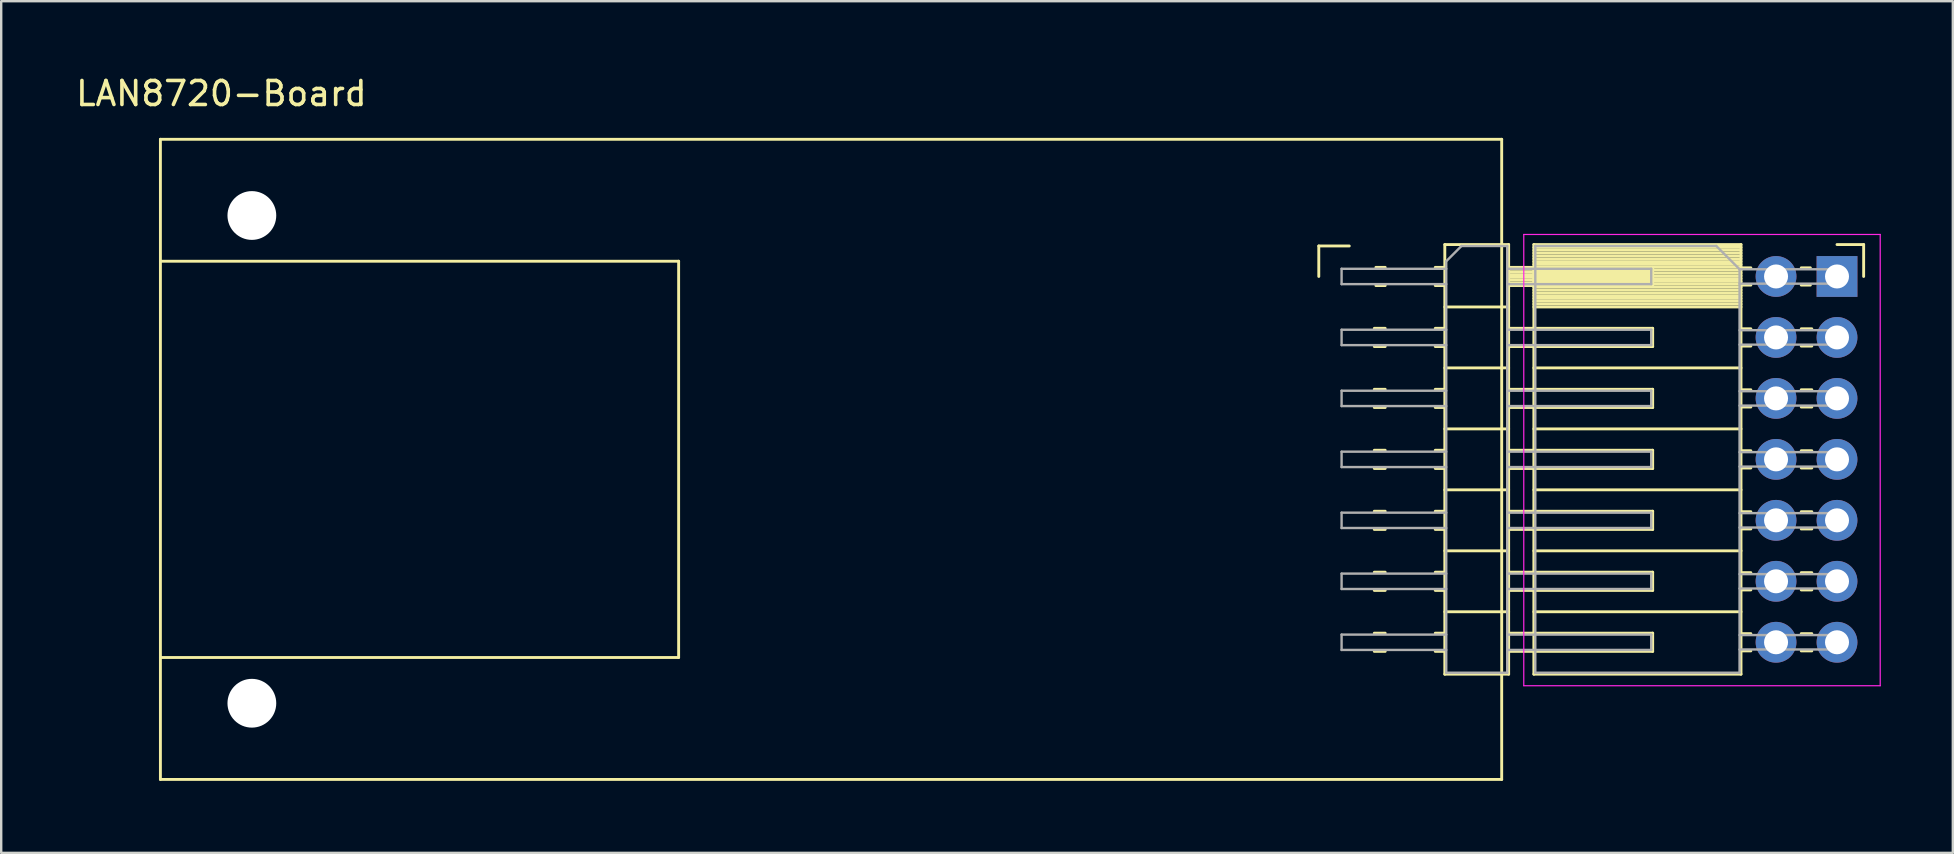
<source format=kicad_pcb>
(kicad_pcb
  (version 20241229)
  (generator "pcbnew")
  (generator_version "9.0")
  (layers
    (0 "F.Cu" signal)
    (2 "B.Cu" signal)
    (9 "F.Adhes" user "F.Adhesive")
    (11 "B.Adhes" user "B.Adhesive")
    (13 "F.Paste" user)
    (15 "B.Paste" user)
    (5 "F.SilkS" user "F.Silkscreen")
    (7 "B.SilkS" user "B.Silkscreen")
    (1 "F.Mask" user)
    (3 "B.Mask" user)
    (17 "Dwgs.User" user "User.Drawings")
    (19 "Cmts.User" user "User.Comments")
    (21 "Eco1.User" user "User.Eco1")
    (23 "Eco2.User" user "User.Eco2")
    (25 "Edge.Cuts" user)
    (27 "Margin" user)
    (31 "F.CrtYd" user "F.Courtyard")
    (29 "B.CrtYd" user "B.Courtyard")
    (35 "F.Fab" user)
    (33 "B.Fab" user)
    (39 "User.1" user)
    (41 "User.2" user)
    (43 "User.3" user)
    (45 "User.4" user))
  (footprint "LAN8720-Board"
    (layer "F.Cu")
    (at 39.828 16.088)
    (property "Reference" "LAN8720-Board" (at -33.655 -15.24 0) (layer "F.SilkS") (effects (font (size 1 1) (thickness 0.15))))
    (attr through_hole)
    (fp_line (start -36.195 -8.255) (end -14.605 -8.255) (stroke (width 0.12) (type solid)) (layer "F.SilkS"))
    (fp_line (start -36.195 8.255) (end -14.605 8.255) (stroke (width 0.12) (type solid)) (layer "F.SilkS"))
    (fp_line (start -36.195 13.335) (end -36.195 -13.335) (stroke (width 0.12) (type solid)) (layer "F.SilkS"))
    (fp_line (start -14.605 -8.255) (end -14.605 8.255) (stroke (width 0.12) (type solid)) (layer "F.SilkS"))
    (fp_line (start 12.065 -8.89) (end 13.335 -8.89) (stroke (width 0.12) (type solid)) (layer "F.SilkS"))
    (fp_line (start 12.065 -7.62) (end 12.065 -8.89) (stroke (width 0.12) (type solid)) (layer "F.SilkS"))
    (fp_line (start 14.378 -5.46) (end 14.832 -5.46) (stroke (width 0.12) (type solid)) (layer "F.SilkS"))
    (fp_line (start 14.378 -4.7) (end 14.832 -4.7) (stroke (width 0.12) (type solid)) (layer "F.SilkS"))
    (fp_line (start 14.378 -2.92) (end 14.832 -2.92) (stroke (width 0.12) (type solid)) (layer "F.SilkS"))
    (fp_line (start 14.378 -2.16) (end 14.832 -2.16) (stroke (width 0.12) (type solid)) (layer "F.SilkS"))
    (fp_line (start 14.378 -0.38) (end 14.832 -0.38) (stroke (width 0.12) (type solid)) (layer "F.SilkS"))
    (fp_line (start 14.378 0.38) (end 14.832 0.38) (stroke (width 0.12) (type solid)) (layer "F.SilkS"))
    (fp_line (start 14.378 2.16) (end 14.832 2.16) (stroke (width 0.12) (type solid)) (layer "F.SilkS"))
    (fp_line (start 14.378 2.92) (end 14.832 2.92) (stroke (width 0.12) (type solid)) (layer "F.SilkS"))
    (fp_line (start 14.378 4.7) (end 14.832 4.7) (stroke (width 0.12) (type solid)) (layer "F.SilkS"))
    (fp_line (start 14.378 5.46) (end 14.832 5.46) (stroke (width 0.12) (type solid)) (layer "F.SilkS"))
    (fp_line (start 14.378 7.24) (end 14.832 7.24) (stroke (width 0.12) (type solid)) (layer "F.SilkS"))
    (fp_line (start 14.378 8) (end 14.832 8) (stroke (width 0.12) (type solid)) (layer "F.SilkS"))
    (fp_line (start 14.445 -8) (end 14.832 -8) (stroke (width 0.12) (type solid)) (layer "F.SilkS"))
    (fp_line (start 14.445 -7.24) (end 14.832 -7.24) (stroke (width 0.12) (type solid)) (layer "F.SilkS"))
    (fp_line (start 16.918 -8) (end 17.315 -8) (stroke (width 0.12) (type solid)) (layer "F.SilkS"))
    (fp_line (start 16.918 -7.24) (end 17.315 -7.24) (stroke (width 0.12) (type solid)) (layer "F.SilkS"))
    (fp_line (start 16.918 -5.46) (end 17.315 -5.46) (stroke (width 0.12) (type solid)) (layer "F.SilkS"))
    (fp_line (start 16.918 -4.7) (end 17.315 -4.7) (stroke (width 0.12) (type solid)) (layer "F.SilkS"))
    (fp_line (start 16.918 -2.92) (end 17.315 -2.92) (stroke (width 0.12) (type solid)) (layer "F.SilkS"))
    (fp_line (start 16.918 -2.16) (end 17.315 -2.16) (stroke (width 0.12) (type solid)) (layer "F.SilkS"))
    (fp_line (start 16.918 -0.38) (end 17.315 -0.38) (stroke (width 0.12) (type solid)) (layer "F.SilkS"))
    (fp_line (start 16.918 0.38) (end 17.315 0.38) (stroke (width 0.12) (type solid)) (layer "F.SilkS"))
    (fp_line (start 16.918 2.16) (end 17.315 2.16) (stroke (width 0.12) (type solid)) (layer "F.SilkS"))
    (fp_line (start 16.918 2.92) (end 17.315 2.92) (stroke (width 0.12) (type solid)) (layer "F.SilkS"))
    (fp_line (start 16.918 4.7) (end 17.315 4.7) (stroke (width 0.12) (type solid)) (layer "F.SilkS"))
    (fp_line (start 16.918 5.46) (end 17.315 5.46) (stroke (width 0.12) (type solid)) (layer "F.SilkS"))
    (fp_line (start 16.918 7.24) (end 17.315 7.24) (stroke (width 0.12) (type solid)) (layer "F.SilkS"))
    (fp_line (start 16.918 8) (end 17.315 8) (stroke (width 0.12) (type solid)) (layer "F.SilkS"))
    (fp_line (start 17.315 -8.95) (end 17.315 8.95) (stroke (width 0.12) (type solid)) (layer "F.SilkS"))
    (fp_line (start 17.315 -6.35) (end 19.975 -6.35) (stroke (width 0.12) (type solid)) (layer "F.SilkS"))
    (fp_line (start 17.315 -3.81) (end 19.975 -3.81) (stroke (width 0.12) (type solid)) (layer "F.SilkS"))
    (fp_line (start 17.315 -1.27) (end 19.975 -1.27) (stroke (width 0.12) (type solid)) (layer "F.SilkS"))
    (fp_line (start 17.315 1.27) (end 19.975 1.27) (stroke (width 0.12) (type solid)) (layer "F.SilkS"))
    (fp_line (start 17.315 3.81) (end 19.975 3.81) (stroke (width 0.12) (type solid)) (layer "F.SilkS"))
    (fp_line (start 17.315 6.35) (end 19.975 6.35) (stroke (width 0.12) (type solid)) (layer "F.SilkS"))
    (fp_line (start 17.315 8.95) (end 19.975 8.95) (stroke (width 0.12) (type solid)) (layer "F.SilkS"))
    (fp_line (start 19.685 -13.335) (end -36.195 -13.335) (stroke (width 0.12) (type solid)) (layer "F.SilkS"))
    (fp_line (start 19.685 13.335) (end -36.195 13.335) (stroke (width 0.12) (type solid)) (layer "F.SilkS"))
    (fp_line (start 19.685 13.335) (end 19.685 -13.335) (stroke (width 0.12) (type solid)) (layer "F.SilkS"))
    (fp_line (start 19.975 -8.95) (end 17.315 -8.95) (stroke (width 0.12) (type solid)) (layer "F.SilkS"))
    (fp_line (start 19.975 -8) (end 25.975 -8) (stroke (width 0.12) (type solid)) (layer "F.SilkS"))
    (fp_line (start 19.975 -7.94) (end 25.975 -7.94) (stroke (width 0.12) (type solid)) (layer "F.SilkS"))
    (fp_line (start 19.975 -7.82) (end 25.975 -7.82) (stroke (width 0.12) (type solid)) (layer "F.SilkS"))
    (fp_line (start 19.975 -7.7) (end 25.975 -7.7) (stroke (width 0.12) (type solid)) (layer "F.SilkS"))
    (fp_line (start 19.975 -7.58) (end 25.975 -7.58) (stroke (width 0.12) (type solid)) (layer "F.SilkS"))
    (fp_line (start 19.975 -7.46) (end 25.975 -7.46) (stroke (width 0.12) (type solid)) (layer "F.SilkS"))
    (fp_line (start 19.975 -7.34) (end 25.975 -7.34) (stroke (width 0.12) (type solid)) (layer "F.SilkS"))
    (fp_line (start 19.975 -5.46) (end 25.975 -5.46) (stroke (width 0.12) (type solid)) (layer "F.SilkS"))
    (fp_line (start 19.975 -2.92) (end 25.975 -2.92) (stroke (width 0.12) (type solid)) (layer "F.SilkS"))
    (fp_line (start 19.975 -0.38) (end 25.975 -0.38) (stroke (width 0.12) (type solid)) (layer "F.SilkS"))
    (fp_line (start 19.975 2.16) (end 25.975 2.16) (stroke (width 0.12) (type solid)) (layer "F.SilkS"))
    (fp_line (start 19.975 4.7) (end 25.975 4.7) (stroke (width 0.12) (type solid)) (layer "F.SilkS"))
    (fp_line (start 19.975 7.24) (end 25.975 7.24) (stroke (width 0.12) (type solid)) (layer "F.SilkS"))
    (fp_line (start 19.975 8.95) (end 19.975 -8.95) (stroke (width 0.12) (type solid)) (layer "F.SilkS"))
    (fp_line (start 21.025 -8.95) (end 21.025 8.95) (stroke (width 0.12) (type solid)) (layer "F.SilkS"))
    (fp_line (start 21.025 -8.95) (end 29.655 -8.95) (stroke (width 0.12) (type solid)) (layer "F.SilkS"))
    (fp_line (start 21.025 -8.83) (end 29.655 -8.83) (stroke (width 0.12) (type solid)) (layer "F.SilkS"))
    (fp_line (start 21.025 -8.712) (end 29.655 -8.712) (stroke (width 0.12) (type solid)) (layer "F.SilkS"))
    (fp_line (start 21.025 -8.594) (end 29.655 -8.594) (stroke (width 0.12) (type solid)) (layer "F.SilkS"))
    (fp_line (start 21.025 -8.476) (end 29.655 -8.476) (stroke (width 0.12) (type solid)) (layer "F.SilkS"))
    (fp_line (start 21.025 -8.358) (end 29.655 -8.358) (stroke (width 0.12) (type solid)) (layer "F.SilkS"))
    (fp_line (start 21.025 -8.24) (end 29.655 -8.24) (stroke (width 0.12) (type solid)) (layer "F.SilkS"))
    (fp_line (start 21.025 -8.121) (end 29.655 -8.121) (stroke (width 0.12) (type solid)) (layer "F.SilkS"))
    (fp_line (start 21.025 -8.003) (end 29.655 -8.003) (stroke (width 0.12) (type solid)) (layer "F.SilkS"))
    (fp_line (start 21.025 -7.885) (end 29.655 -7.885) (stroke (width 0.12) (type solid)) (layer "F.SilkS"))
    (fp_line (start 21.025 -7.767) (end 29.655 -7.767) (stroke (width 0.12) (type solid)) (layer "F.SilkS"))
    (fp_line (start 21.025 -7.649) (end 29.655 -7.649) (stroke (width 0.12) (type solid)) (layer "F.SilkS"))
    (fp_line (start 21.025 -7.531) (end 29.655 -7.531) (stroke (width 0.12) (type solid)) (layer "F.SilkS"))
    (fp_line (start 21.025 -7.413) (end 29.655 -7.413) (stroke (width 0.12) (type solid)) (layer "F.SilkS"))
    (fp_line (start 21.025 -7.295) (end 29.655 -7.295) (stroke (width 0.12) (type solid)) (layer "F.SilkS"))
    (fp_line (start 21.025 -7.177) (end 29.655 -7.177) (stroke (width 0.12) (type solid)) (layer "F.SilkS"))
    (fp_line (start 21.025 -7.059) (end 29.655 -7.059) (stroke (width 0.12) (type solid)) (layer "F.SilkS"))
    (fp_line (start 21.025 -6.94) (end 29.655 -6.94) (stroke (width 0.12) (type solid)) (layer "F.SilkS"))
    (fp_line (start 21.025 -6.822) (end 29.655 -6.822) (stroke (width 0.12) (type solid)) (layer "F.SilkS"))
    (fp_line (start 21.025 -6.704) (end 29.655 -6.704) (stroke (width 0.12) (type solid)) (layer "F.SilkS"))
    (fp_line (start 21.025 -6.586) (end 29.655 -6.586) (stroke (width 0.12) (type solid)) (layer "F.SilkS"))
    (fp_line (start 21.025 -6.468) (end 29.655 -6.468) (stroke (width 0.12) (type solid)) (layer "F.SilkS"))
    (fp_line (start 21.025 -6.35) (end 29.655 -6.35) (stroke (width 0.12) (type solid)) (layer "F.SilkS"))
    (fp_line (start 21.025 -3.81) (end 29.655 -3.81) (stroke (width 0.12) (type solid)) (layer "F.SilkS"))
    (fp_line (start 21.025 -1.27) (end 29.655 -1.27) (stroke (width 0.12) (type solid)) (layer "F.SilkS"))
    (fp_line (start 21.025 1.27) (end 29.655 1.27) (stroke (width 0.12) (type solid)) (layer "F.SilkS"))
    (fp_line (start 21.025 3.81) (end 29.655 3.81) (stroke (width 0.12) (type solid)) (layer "F.SilkS"))
    (fp_line (start 21.025 6.35) (end 29.655 6.35) (stroke (width 0.12) (type solid)) (layer "F.SilkS"))
    (fp_line (start 21.025 8.95) (end 29.655 8.95) (stroke (width 0.12) (type solid)) (layer "F.SilkS"))
    (fp_line (start 25.975 -8) (end 25.975 -7.24) (stroke (width 0.12) (type solid)) (layer "F.SilkS"))
    (fp_line (start 25.975 -7.24) (end 19.975 -7.24) (stroke (width 0.12) (type solid)) (layer "F.SilkS"))
    (fp_line (start 25.975 -5.46) (end 25.975 -4.7) (stroke (width 0.12) (type solid)) (layer "F.SilkS"))
    (fp_line (start 25.975 -4.7) (end 19.975 -4.7) (stroke (width 0.12) (type solid)) (layer "F.SilkS"))
    (fp_line (start 25.975 -2.92) (end 25.975 -2.16) (stroke (width 0.12) (type solid)) (layer "F.SilkS"))
    (fp_line (start 25.975 -2.16) (end 19.975 -2.16) (stroke (width 0.12) (type solid)) (layer "F.SilkS"))
    (fp_line (start 25.975 -0.38) (end 25.975 0.38) (stroke (width 0.12) (type solid)) (layer "F.SilkS"))
    (fp_line (start 25.975 0.38) (end 19.975 0.38) (stroke (width 0.12) (type solid)) (layer "F.SilkS"))
    (fp_line (start 25.975 2.16) (end 25.975 2.92) (stroke (width 0.12) (type solid)) (layer "F.SilkS"))
    (fp_line (start 25.975 2.92) (end 19.975 2.92) (stroke (width 0.12) (type solid)) (layer "F.SilkS"))
    (fp_line (start 25.975 4.7) (end 25.975 5.46) (stroke (width 0.12) (type solid)) (layer "F.SilkS"))
    (fp_line (start 25.975 5.46) (end 19.975 5.46) (stroke (width 0.12) (type solid)) (layer "F.SilkS"))
    (fp_line (start 25.975 7.24) (end 25.975 8) (stroke (width 0.12) (type solid)) (layer "F.SilkS"))
    (fp_line (start 25.975 8) (end 19.975 8) (stroke (width 0.12) (type solid)) (layer "F.SilkS"))
    (fp_line (start 29.655 -8.95) (end 29.655 8.95) (stroke (width 0.12) (type solid)) (layer "F.SilkS"))
    (fp_line (start 29.655 -7.98) (end 30.065 -7.98) (stroke (width 0.12) (type solid)) (layer "F.SilkS"))
    (fp_line (start 29.655 -7.26) (end 30.065 -7.26) (stroke (width 0.12) (type solid)) (layer "F.SilkS"))
    (fp_line (start 29.655 -5.44) (end 30.065 -5.44) (stroke (width 0.12) (type solid)) (layer "F.SilkS"))
    (fp_line (start 29.655 -4.72) (end 30.065 -4.72) (stroke (width 0.12) (type solid)) (layer "F.SilkS"))
    (fp_line (start 29.655 -2.9) (end 30.065 -2.9) (stroke (width 0.12) (type solid)) (layer "F.SilkS"))
    (fp_line (start 29.655 -2.18) (end 30.065 -2.18) (stroke (width 0.12) (type solid)) (layer "F.SilkS"))
    (fp_line (start 29.655 -0.36) (end 30.065 -0.36) (stroke (width 0.12) (type solid)) (layer "F.SilkS"))
    (fp_line (start 29.655 0.36) (end 30.065 0.36) (stroke (width 0.12) (type solid)) (layer "F.SilkS"))
    (fp_line (start 29.655 2.18) (end 30.065 2.18) (stroke (width 0.12) (type solid)) (layer "F.SilkS"))
    (fp_line (start 29.655 2.9) (end 30.065 2.9) (stroke (width 0.12) (type solid)) (layer "F.SilkS"))
    (fp_line (start 29.655 4.72) (end 30.065 4.72) (stroke (width 0.12) (type solid)) (layer "F.SilkS"))
    (fp_line (start 29.655 5.44) (end 30.065 5.44) (stroke (width 0.12) (type solid)) (layer "F.SilkS"))
    (fp_line (start 29.655 7.26) (end 30.065 7.26) (stroke (width 0.12) (type solid)) (layer "F.SilkS"))
    (fp_line (start 29.655 7.98) (end 30.065 7.98) (stroke (width 0.12) (type solid)) (layer "F.SilkS"))
    (fp_line (start 32.165 -7.98) (end 32.545 -7.98) (stroke (width 0.12) (type solid)) (layer "F.SilkS"))
    (fp_line (start 32.165 -7.26) (end 32.545 -7.26) (stroke (width 0.12) (type solid)) (layer "F.SilkS"))
    (fp_line (start 32.165 -5.44) (end 32.605 -5.44) (stroke (width 0.12) (type solid)) (layer "F.SilkS"))
    (fp_line (start 32.165 -4.72) (end 32.605 -4.72) (stroke (width 0.12) (type solid)) (layer "F.SilkS"))
    (fp_line (start 32.165 -2.9) (end 32.605 -2.9) (stroke (width 0.12) (type solid)) (layer "F.SilkS"))
    (fp_line (start 32.165 -2.18) (end 32.605 -2.18) (stroke (width 0.12) (type solid)) (layer "F.SilkS"))
    (fp_line (start 32.165 -0.36) (end 32.605 -0.36) (stroke (width 0.12) (type solid)) (layer "F.SilkS"))
    (fp_line (start 32.165 0.36) (end 32.605 0.36) (stroke (width 0.12) (type solid)) (layer "F.SilkS"))
    (fp_line (start 32.165 2.18) (end 32.605 2.18) (stroke (width 0.12) (type solid)) (layer "F.SilkS"))
    (fp_line (start 32.165 2.9) (end 32.605 2.9) (stroke (width 0.12) (type solid)) (layer "F.SilkS"))
    (fp_line (start 32.165 4.72) (end 32.605 4.72) (stroke (width 0.12) (type solid)) (layer "F.SilkS"))
    (fp_line (start 32.165 5.44) (end 32.605 5.44) (stroke (width 0.12) (type solid)) (layer "F.SilkS"))
    (fp_line (start 32.165 7.26) (end 32.605 7.26) (stroke (width 0.12) (type solid)) (layer "F.SilkS"))
    (fp_line (start 32.165 7.98) (end 32.605 7.98) (stroke (width 0.12) (type solid)) (layer "F.SilkS"))
    (fp_line (start 33.655 -8.95) (end 34.765 -8.95) (stroke (width 0.12) (type solid)) (layer "F.SilkS"))
    (fp_line (start 34.765 -8.95) (end 34.765 -7.62) (stroke (width 0.12) (type solid)) (layer "F.SilkS"))
    (fp_line (start 20.605 -9.37) (end 20.605 9.43) (stroke (width 0.05) (type solid)) (layer "F.CrtYd"))
    (fp_line (start 20.605 9.43) (end 35.455 9.43) (stroke (width 0.05) (type solid)) (layer "F.CrtYd"))
    (fp_line (start 35.455 -9.37) (end 20.605 -9.37) (stroke (width 0.05) (type solid)) (layer "F.CrtYd"))
    (fp_line (start 35.455 9.43) (end 35.455 -9.37) (stroke (width 0.05) (type solid)) (layer "F.CrtYd"))
    (fp_line (start 13.015 -7.94) (end 13.015 -7.3) (stroke (width 0.1) (type solid)) (layer "F.Fab"))
    (fp_line (start 13.015 -7.94) (end 17.375 -7.94) (stroke (width 0.1) (type solid)) (layer "F.Fab"))
    (fp_line (start 13.015 -7.3) (end 17.375 -7.3) (stroke (width 0.1) (type solid)) (layer "F.Fab"))
    (fp_line (start 13.015 -5.4) (end 13.015 -4.76) (stroke (width 0.1) (type solid)) (layer "F.Fab"))
    (fp_line (start 13.015 -5.4) (end 17.375 -5.4) (stroke (width 0.1) (type solid)) (layer "F.Fab"))
    (fp_line (start 13.015 -4.76) (end 17.375 -4.76) (stroke (width 0.1) (type solid)) (layer "F.Fab"))
    (fp_line (start 13.015 -2.86) (end 13.015 -2.22) (stroke (width 0.1) (type solid)) (layer "F.Fab"))
    (fp_line (start 13.015 -2.86) (end 17.375 -2.86) (stroke (width 0.1) (type solid)) (layer "F.Fab"))
    (fp_line (start 13.015 -2.22) (end 17.375 -2.22) (stroke (width 0.1) (type solid)) (layer "F.Fab"))
    (fp_line (start 13.015 -0.32) (end 13.015 0.32) (stroke (width 0.1) (type solid)) (layer "F.Fab"))
    (fp_line (start 13.015 -0.32) (end 17.375 -0.32) (stroke (width 0.1) (type solid)) (layer "F.Fab"))
    (fp_line (start 13.015 0.32) (end 17.375 0.32) (stroke (width 0.1) (type solid)) (layer "F.Fab"))
    (fp_line (start 13.015 2.22) (end 13.015 2.86) (stroke (width 0.1) (type solid)) (layer "F.Fab"))
    (fp_line (start 13.015 2.22) (end 17.375 2.22) (stroke (width 0.1) (type solid)) (layer "F.Fab"))
    (fp_line (start 13.015 2.86) (end 17.375 2.86) (stroke (width 0.1) (type solid)) (layer "F.Fab"))
    (fp_line (start 13.015 4.76) (end 13.015 5.4) (stroke (width 0.1) (type solid)) (layer "F.Fab"))
    (fp_line (start 13.015 4.76) (end 17.375 4.76) (stroke (width 0.1) (type solid)) (layer "F.Fab"))
    (fp_line (start 13.015 5.4) (end 17.375 5.4) (stroke (width 0.1) (type solid)) (layer "F.Fab"))
    (fp_line (start 13.015 7.3) (end 13.015 7.94) (stroke (width 0.1) (type solid)) (layer "F.Fab"))
    (fp_line (start 13.015 7.3) (end 17.375 7.3) (stroke (width 0.1) (type solid)) (layer "F.Fab"))
    (fp_line (start 13.015 7.94) (end 17.375 7.94) (stroke (width 0.1) (type solid)) (layer "F.Fab"))
    (fp_line (start 17.375 -8.255) (end 18.01 -8.89) (stroke (width 0.1) (type solid)) (layer "F.Fab"))
    (fp_line (start 17.375 8.89) (end 17.375 -8.255) (stroke (width 0.1) (type solid)) (layer "F.Fab"))
    (fp_line (start 18.01 -8.89) (end 19.915 -8.89) (stroke (width 0.1) (type solid)) (layer "F.Fab"))
    (fp_line (start 19.915 -8.89) (end 19.915 8.89) (stroke (width 0.1) (type solid)) (layer "F.Fab"))
    (fp_line (start 19.915 -7.94) (end 25.915 -7.94) (stroke (width 0.1) (type solid)) (layer "F.Fab"))
    (fp_line (start 19.915 -7.3) (end 25.915 -7.3) (stroke (width 0.1) (type solid)) (layer "F.Fab"))
    (fp_line (start 19.915 -5.4) (end 25.915 -5.4) (stroke (width 0.1) (type solid)) (layer "F.Fab"))
    (fp_line (start 19.915 -4.76) (end 25.915 -4.76) (stroke (width 0.1) (type solid)) (layer "F.Fab"))
    (fp_line (start 19.915 -2.86) (end 25.915 -2.86) (stroke (width 0.1) (type solid)) (layer "F.Fab"))
    (fp_line (start 19.915 -2.22) (end 25.915 -2.22) (stroke (width 0.1) (type solid)) (layer "F.Fab"))
    (fp_line (start 19.915 -0.32) (end 25.915 -0.32) (stroke (width 0.1) (type solid)) (layer "F.Fab"))
    (fp_line (start 19.915 0.32) (end 25.915 0.32) (stroke (width 0.1) (type solid)) (layer "F.Fab"))
    (fp_line (start 19.915 2.22) (end 25.915 2.22) (stroke (width 0.1) (type solid)) (layer "F.Fab"))
    (fp_line (start 19.915 2.86) (end 25.915 2.86) (stroke (width 0.1) (type solid)) (layer "F.Fab"))
    (fp_line (start 19.915 4.76) (end 25.915 4.76) (stroke (width 0.1) (type solid)) (layer "F.Fab"))
    (fp_line (start 19.915 5.4) (end 25.915 5.4) (stroke (width 0.1) (type solid)) (layer "F.Fab"))
    (fp_line (start 19.915 7.3) (end 25.915 7.3) (stroke (width 0.1) (type solid)) (layer "F.Fab"))
    (fp_line (start 19.915 7.94) (end 25.915 7.94) (stroke (width 0.1) (type solid)) (layer "F.Fab"))
    (fp_line (start 19.915 8.89) (end 17.375 8.89) (stroke (width 0.1) (type solid)) (layer "F.Fab"))
    (fp_line (start 21.085 -8.89) (end 28.625 -8.89) (stroke (width 0.1) (type solid)) (layer "F.Fab"))
    (fp_line (start 21.085 8.89) (end 21.085 -8.89) (stroke (width 0.1) (type solid)) (layer "F.Fab"))
    (fp_line (start 25.915 -7.94) (end 25.915 -7.3) (stroke (width 0.1) (type solid)) (layer "F.Fab"))
    (fp_line (start 25.915 -5.4) (end 25.915 -4.76) (stroke (width 0.1) (type solid)) (layer "F.Fab"))
    (fp_line (start 25.915 -2.86) (end 25.915 -2.22) (stroke (width 0.1) (type solid)) (layer "F.Fab"))
    (fp_line (start 25.915 -0.32) (end 25.915 0.32) (stroke (width 0.1) (type solid)) (layer "F.Fab"))
    (fp_line (start 25.915 2.22) (end 25.915 2.86) (stroke (width 0.1) (type solid)) (layer "F.Fab"))
    (fp_line (start 25.915 4.76) (end 25.915 5.4) (stroke (width 0.1) (type solid)) (layer "F.Fab"))
    (fp_line (start 25.915 7.3) (end 25.915 7.94) (stroke (width 0.1) (type solid)) (layer "F.Fab"))
    (fp_line (start 28.625 -8.89) (end 29.595 -7.92) (stroke (width 0.1) (type solid)) (layer "F.Fab"))
    (fp_line (start 29.595 -7.92) (end 29.595 8.89) (stroke (width 0.1) (type solid)) (layer "F.Fab"))
    (fp_line (start 29.595 -7.32) (end 33.655 -7.32) (stroke (width 0.1) (type solid)) (layer "F.Fab"))
    (fp_line (start 29.595 -4.78) (end 33.655 -4.78) (stroke (width 0.1) (type solid)) (layer "F.Fab"))
    (fp_line (start 29.595 -2.24) (end 33.655 -2.24) (stroke (width 0.1) (type solid)) (layer "F.Fab"))
    (fp_line (start 29.595 0.3) (end 33.655 0.3) (stroke (width 0.1) (type solid)) (layer "F.Fab"))
    (fp_line (start 29.595 2.84) (end 33.655 2.84) (stroke (width 0.1) (type solid)) (layer "F.Fab"))
    (fp_line (start 29.595 5.38) (end 33.655 5.38) (stroke (width 0.1) (type solid)) (layer "F.Fab"))
    (fp_line (start 29.595 7.92) (end 33.655 7.92) (stroke (width 0.1) (type solid)) (layer "F.Fab"))
    (fp_line (start 29.595 8.89) (end 21.085 8.89) (stroke (width 0.1) (type solid)) (layer "F.Fab"))
    (fp_line (start 33.655 -7.92) (end 29.595 -7.92) (stroke (width 0.1) (type solid)) (layer "F.Fab"))
    (fp_line (start 33.655 -7.32) (end 33.655 -7.92) (stroke (width 0.1) (type solid)) (layer "F.Fab"))
    (fp_line (start 33.655 -5.38) (end 29.595 -5.38) (stroke (width 0.1) (type solid)) (layer "F.Fab"))
    (fp_line (start 33.655 -4.78) (end 33.655 -5.38) (stroke (width 0.1) (type solid)) (layer "F.Fab"))
    (fp_line (start 33.655 -2.84) (end 29.595 -2.84) (stroke (width 0.1) (type solid)) (layer "F.Fab"))
    (fp_line (start 33.655 -2.24) (end 33.655 -2.84) (stroke (width 0.1) (type solid)) (layer "F.Fab"))
    (fp_line (start 33.655 -0.3) (end 29.595 -0.3) (stroke (width 0.1) (type solid)) (layer "F.Fab"))
    (fp_line (start 33.655 0.3) (end 33.655 -0.3) (stroke (width 0.1) (type solid)) (layer "F.Fab"))
    (fp_line (start 33.655 2.24) (end 29.595 2.24) (stroke (width 0.1) (type solid)) (layer "F.Fab"))
    (fp_line (start 33.655 2.84) (end 33.655 2.24) (stroke (width 0.1) (type solid)) (layer "F.Fab"))
    (fp_line (start 33.655 4.78) (end 29.595 4.78) (stroke (width 0.1) (type solid)) (layer "F.Fab"))
    (fp_line (start 33.655 5.38) (end 33.655 4.78) (stroke (width 0.1) (type solid)) (layer "F.Fab"))
    (fp_line (start 33.655 7.32) (end 29.595 7.32) (stroke (width 0.1) (type solid)) (layer "F.Fab"))
    (fp_line (start 33.655 7.92) (end 33.655 7.32) (stroke (width 0.1) (type solid)) (layer "F.Fab"))
    (pad "" np_thru_hole circle (at -32.385 -10.16) (size 2.032 2.032) (drill 2.032) (layers "*.Cu" "*.Mask"))
    (pad "" np_thru_hole circle (at -32.385 10.16) (size 2.032 2.032) (drill 2.032) (layers "*.Cu" "*.Mask"))
    (pad "1" thru_hole rect (at 33.655 -7.62) (size 1.7 1.7) (drill 1) (layers "*.Cu" "*.Mask"))
    (pad "2" thru_hole oval (at 31.115 -7.62) (size 1.7 1.7) (drill 1) (layers "*.Cu" "*.Mask"))
    (pad "3" thru_hole oval (at 33.655 -5.08) (size 1.7 1.7) (drill 1) (layers "*.Cu" "*.Mask"))
    (pad "4" thru_hole oval (at 31.115 -5.08) (size 1.7 1.7) (drill 1) (layers "*.Cu" "*.Mask"))
    (pad "5" thru_hole oval (at 33.655 -2.54) (size 1.7 1.7) (drill 1) (layers "*.Cu" "*.Mask"))
    (pad "6" thru_hole oval (at 31.115 -2.54) (size 1.7 1.7) (drill 1) (layers "*.Cu" "*.Mask"))
    (pad "7" thru_hole oval (at 33.655 0) (size 1.7 1.7) (drill 1) (layers "*.Cu" "*.Mask"))
    (pad "8" thru_hole oval (at 31.115 0) (size 1.7 1.7) (drill 1) (layers "*.Cu" "*.Mask"))
    (pad "9" thru_hole oval (at 33.655 2.54) (size 1.7 1.7) (drill 1) (layers "*.Cu" "*.Mask"))
    (pad "10" thru_hole oval (at 31.115 2.54) (size 1.7 1.7) (drill 1) (layers "*.Cu" "*.Mask"))
    (pad "11" thru_hole oval (at 33.655 5.08) (size 1.7 1.7) (drill 1) (layers "*.Cu" "*.Mask"))
    (pad "12" thru_hole oval (at 31.115 5.08) (size 1.7 1.7) (drill 1) (layers "*.Cu" "*.Mask"))
    (pad "13" thru_hole oval (at 33.655 7.62) (size 1.7 1.7) (drill 1) (layers "*.Cu" "*.Mask"))
    (pad "14" thru_hole oval (at 31.115 7.62) (size 1.7 1.7) (drill 1) (layers "*.Cu" "*.Mask")))
  (gr_rect
    (start -3 -3)
    (end 78.308 32.483)
    (stroke (width 0.1) (type default))
    (fill no)
    (layer "Edge.Cuts")))
</source>
